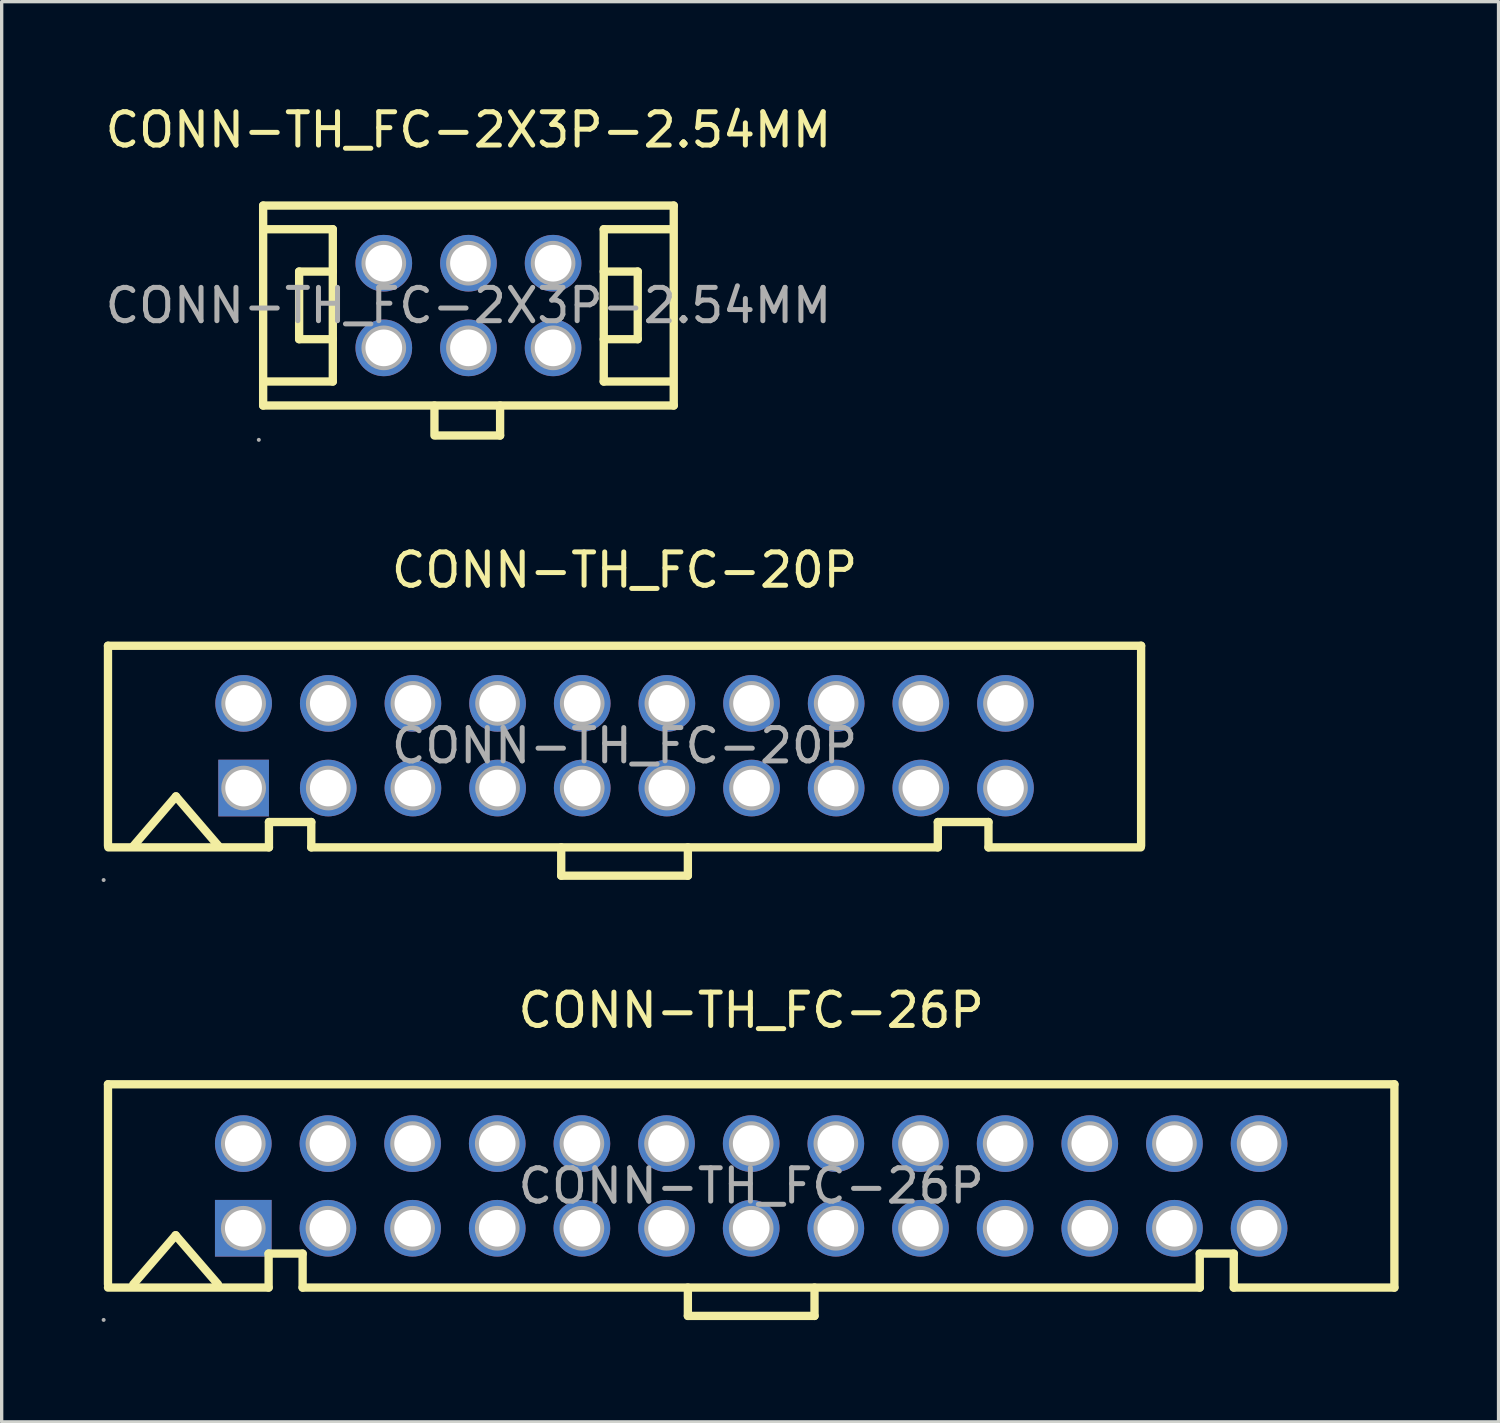
<source format=kicad_pcb>
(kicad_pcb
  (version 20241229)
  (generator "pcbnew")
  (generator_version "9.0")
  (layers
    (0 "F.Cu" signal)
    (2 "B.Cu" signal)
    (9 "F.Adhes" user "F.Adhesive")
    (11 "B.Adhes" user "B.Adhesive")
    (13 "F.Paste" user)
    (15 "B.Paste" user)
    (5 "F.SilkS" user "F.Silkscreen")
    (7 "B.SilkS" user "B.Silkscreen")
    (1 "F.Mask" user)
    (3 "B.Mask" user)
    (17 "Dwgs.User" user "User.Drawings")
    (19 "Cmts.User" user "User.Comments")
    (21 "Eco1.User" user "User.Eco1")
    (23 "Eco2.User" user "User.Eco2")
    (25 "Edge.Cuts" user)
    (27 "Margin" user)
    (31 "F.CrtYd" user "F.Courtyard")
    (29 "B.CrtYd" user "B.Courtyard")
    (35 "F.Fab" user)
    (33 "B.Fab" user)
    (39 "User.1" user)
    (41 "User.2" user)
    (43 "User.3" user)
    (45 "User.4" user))
  (footprint "CONN-TH_FC-26P"
    (layer "F.Cu")
    (at 19.49 32.535)
    (property "Reference" "CONN-TH_FC-26P" (at 0 -5.27 0) (layer "F.SilkS") (effects (font (size 1 1) (thickness 0.15))))
    (attr through_hole)
    (fp_line (start -19.3 -3.05) (end 19.3 -3.05) (stroke (width 0.25) (type solid)) (layer "F.SilkS"))
    (fp_line (start -19.3 2.95) (end -19.3 -3.05) (stroke (width 0.25) (type solid)) (layer "F.SilkS"))
    (fp_line (start -19.3 3.05) (end -14.48 3.05) (stroke (width 0.25) (type solid)) (layer "F.SilkS"))
    (fp_line (start -18.54 2.95) (end -17.27 1.48) (stroke (width 0.25) (type solid)) (layer "F.SilkS"))
    (fp_line (start -17.27 1.48) (end -16 2.95) (stroke (width 0.25) (type solid)) (layer "F.SilkS"))
    (fp_line (start -14.48 2.03) (end -13.46 2.03) (stroke (width 0.25) (type solid)) (layer "F.SilkS"))
    (fp_line (start -14.48 3.05) (end -14.48 2.03) (stroke (width 0.25) (type solid)) (layer "F.SilkS"))
    (fp_line (start -13.46 2.03) (end -13.46 3.05) (stroke (width 0.25) (type solid)) (layer "F.SilkS"))
    (fp_line (start -13.46 3.05) (end 13.46 3.05) (stroke (width 0.25) (type solid)) (layer "F.SilkS"))
    (fp_line (start -1.9 3.05) (end -1.9 3.9) (stroke (width 0.25) (type solid)) (layer "F.SilkS"))
    (fp_line (start -1.9 3.9) (end 1.9 3.9) (stroke (width 0.25) (type solid)) (layer "F.SilkS"))
    (fp_line (start 1.9 3.9) (end 1.9 3.05) (stroke (width 0.25) (type solid)) (layer "F.SilkS"))
    (fp_line (start 13.46 2.03) (end 14.48 2.03) (stroke (width 0.25) (type solid)) (layer "F.SilkS"))
    (fp_line (start 13.46 3.05) (end 13.46 2.03) (stroke (width 0.25) (type solid)) (layer "F.SilkS"))
    (fp_line (start 14.48 2.03) (end 14.48 3.05) (stroke (width 0.25) (type solid)) (layer "F.SilkS"))
    (fp_line (start 14.48 3.05) (end 19.3 3.05) (stroke (width 0.25) (type solid)) (layer "F.SilkS"))
    (fp_line (start 19.3 -3.05) (end 19.3 3.05) (stroke (width 0.25) (type solid)) (layer "F.SilkS"))
    (fp_circle (center -19.43 4.02) (end -19.4 4.02) (stroke (width 0.06) (type solid)) (fill no) (layer "F.Fab"))
    (fp_circle (center -15.24 -1.27) (end -15.02 -1.27) (stroke (width 0.45) (type solid)) (fill no) (layer "F.Fab"))
    (fp_circle (center -15.24 1.27) (end -15.02 1.27) (stroke (width 0.45) (type solid)) (fill no) (layer "F.Fab"))
    (fp_circle (center -12.7 -1.27) (end -12.48 -1.27) (stroke (width 0.45) (type solid)) (fill no) (layer "F.Fab"))
    (fp_circle (center -12.7 1.27) (end -12.48 1.27) (stroke (width 0.45) (type solid)) (fill no) (layer "F.Fab"))
    (fp_circle (center -10.16 -1.27) (end -9.94 -1.27) (stroke (width 0.45) (type solid)) (fill no) (layer "F.Fab"))
    (fp_circle (center -10.16 1.27) (end -9.94 1.27) (stroke (width 0.45) (type solid)) (fill no) (layer "F.Fab"))
    (fp_circle (center -7.62 -1.27) (end -7.4 -1.27) (stroke (width 0.45) (type solid)) (fill no) (layer "F.Fab"))
    (fp_circle (center -7.62 1.27) (end -7.4 1.27) (stroke (width 0.45) (type solid)) (fill no) (layer "F.Fab"))
    (fp_circle (center -5.08 -1.27) (end -4.86 -1.27) (stroke (width 0.45) (type solid)) (fill no) (layer "F.Fab"))
    (fp_circle (center -5.08 1.27) (end -4.86 1.27) (stroke (width 0.45) (type solid)) (fill no) (layer "F.Fab"))
    (fp_circle (center -2.54 -1.27) (end -2.32 -1.27) (stroke (width 0.45) (type solid)) (fill no) (layer "F.Fab"))
    (fp_circle (center -2.54 1.27) (end -2.32 1.27) (stroke (width 0.45) (type solid)) (fill no) (layer "F.Fab"))
    (fp_circle (center 0 -1.27) (end 0.22 -1.27) (stroke (width 0.45) (type solid)) (fill no) (layer "F.Fab"))
    (fp_circle (center 0 1.27) (end 0.22 1.27) (stroke (width 0.45) (type solid)) (fill no) (layer "F.Fab"))
    (fp_circle (center 2.54 -1.27) (end 2.76 -1.27) (stroke (width 0.45) (type solid)) (fill no) (layer "F.Fab"))
    (fp_circle (center 2.54 1.27) (end 2.76 1.27) (stroke (width 0.45) (type solid)) (fill no) (layer "F.Fab"))
    (fp_circle (center 5.08 -1.27) (end 5.3 -1.27) (stroke (width 0.45) (type solid)) (fill no) (layer "F.Fab"))
    (fp_circle (center 5.08 1.27) (end 5.3 1.27) (stroke (width 0.45) (type solid)) (fill no) (layer "F.Fab"))
    (fp_circle (center 7.62 -1.27) (end 7.84 -1.27) (stroke (width 0.45) (type solid)) (fill no) (layer "F.Fab"))
    (fp_circle (center 7.62 1.27) (end 7.84 1.27) (stroke (width 0.45) (type solid)) (fill no) (layer "F.Fab"))
    (fp_circle (center 10.16 -1.27) (end 10.38 -1.27) (stroke (width 0.45) (type solid)) (fill no) (layer "F.Fab"))
    (fp_circle (center 10.16 1.27) (end 10.38 1.27) (stroke (width 0.45) (type solid)) (fill no) (layer "F.Fab"))
    (fp_circle (center 12.7 -1.27) (end 12.92 -1.27) (stroke (width 0.45) (type solid)) (fill no) (layer "F.Fab"))
    (fp_circle (center 12.7 1.27) (end 12.92 1.27) (stroke (width 0.45) (type solid)) (fill no) (layer "F.Fab"))
    (fp_circle (center 15.24 -1.27) (end 15.46 -1.27) (stroke (width 0.45) (type solid)) (fill no) (layer "F.Fab"))
    (fp_circle (center 15.24 1.27) (end 15.46 1.27) (stroke (width 0.45) (type solid)) (fill no) (layer "F.Fab"))
    (fp_text user "${REFERENCE}" (at 0 0 0) (layer "F.Fab") (effects (font (size 1 1) (thickness 0.15))))
    (pad "1" thru_hole rect (at -15.24 1.27) (size 1.7 1.7) (drill 1.1) (layers "*.Cu" "*.Paste" "*.Mask"))
    (pad "2" thru_hole circle (at -15.24 -1.27) (size 1.7 1.7) (drill 1.1) (layers "*.Cu" "*.Paste" "*.Mask"))
    (pad "3" thru_hole circle (at -12.7 1.27) (size 1.7 1.7) (drill 1.1) (layers "*.Cu" "*.Paste" "*.Mask"))
    (pad "4" thru_hole circle (at -12.7 -1.27) (size 1.7 1.7) (drill 1.1) (layers "*.Cu" "*.Paste" "*.Mask"))
    (pad "5" thru_hole circle (at -10.16 1.27) (size 1.7 1.7) (drill 1.1) (layers "*.Cu" "*.Paste" "*.Mask"))
    (pad "6" thru_hole circle (at -10.16 -1.27) (size 1.7 1.7) (drill 1.1) (layers "*.Cu" "*.Paste" "*.Mask"))
    (pad "7" thru_hole circle (at -7.62 1.27) (size 1.7 1.7) (drill 1.1) (layers "*.Cu" "*.Paste" "*.Mask"))
    (pad "8" thru_hole circle (at -7.62 -1.27) (size 1.7 1.7) (drill 1.1) (layers "*.Cu" "*.Paste" "*.Mask"))
    (pad "9" thru_hole circle (at -5.08 1.27) (size 1.7 1.7) (drill 1.1) (layers "*.Cu" "*.Paste" "*.Mask"))
    (pad "10" thru_hole circle (at -5.08 -1.27) (size 1.7 1.7) (drill 1.1) (layers "*.Cu" "*.Paste" "*.Mask"))
    (pad "11" thru_hole circle (at -2.54 1.27) (size 1.7 1.7) (drill 1.1) (layers "*.Cu" "*.Paste" "*.Mask"))
    (pad "12" thru_hole circle (at -2.54 -1.27) (size 1.7 1.7) (drill 1.1) (layers "*.Cu" "*.Paste" "*.Mask"))
    (pad "13" thru_hole circle (at 0 1.27) (size 1.7 1.7) (drill 1.1) (layers "*.Cu" "*.Paste" "*.Mask"))
    (pad "14" thru_hole circle (at 0 -1.27) (size 1.7 1.7) (drill 1.1) (layers "*.Cu" "*.Paste" "*.Mask"))
    (pad "15" thru_hole circle (at 2.54 1.27) (size 1.7 1.7) (drill 1.1) (layers "*.Cu" "*.Paste" "*.Mask"))
    (pad "16" thru_hole circle (at 2.54 -1.27) (size 1.7 1.7) (drill 1.1) (layers "*.Cu" "*.Paste" "*.Mask"))
    (pad "17" thru_hole circle (at 5.08 1.27) (size 1.7 1.7) (drill 1.1) (layers "*.Cu" "*.Paste" "*.Mask"))
    (pad "18" thru_hole circle (at 5.08 -1.27) (size 1.7 1.7) (drill 1.1) (layers "*.Cu" "*.Paste" "*.Mask"))
    (pad "19" thru_hole circle (at 7.62 1.27) (size 1.7 1.7) (drill 1.1) (layers "*.Cu" "*.Paste" "*.Mask"))
    (pad "20" thru_hole circle (at 7.62 -1.27) (size 1.7 1.7) (drill 1.1) (layers "*.Cu" "*.Paste" "*.Mask"))
    (pad "21" thru_hole circle (at 10.16 1.27) (size 1.7 1.7) (drill 1.1) (layers "*.Cu" "*.Paste" "*.Mask"))
    (pad "22" thru_hole circle (at 10.16 -1.27) (size 1.7 1.7) (drill 1.1) (layers "*.Cu" "*.Paste" "*.Mask"))
    (pad "23" thru_hole circle (at 12.7 1.27) (size 1.7 1.7) (drill 1.1) (layers "*.Cu" "*.Paste" "*.Mask"))
    (pad "24" thru_hole circle (at 12.7 -1.27) (size 1.7 1.7) (drill 1.1) (layers "*.Cu" "*.Paste" "*.Mask"))
    (pad "25" thru_hole circle (at 15.24 1.27) (size 1.7 1.7) (drill 1.1) (layers "*.Cu" "*.Paste" "*.Mask"))
    (pad "26" thru_hole circle (at 15.24 -1.27) (size 1.7 1.7) (drill 1.1) (layers "*.Cu" "*.Paste" "*.Mask")))
  (footprint "CONN-TH_FC-20P"
    (layer "F.Cu")
    (at 15.69 19.326)
    (property "Reference" "CONN-TH_FC-20P" (at 0 -5.27 0) (layer "F.SilkS") (effects (font (size 1 1) (thickness 0.15))))
    (attr through_hole)
    (fp_line (start -15.5 -3) (end 15.5 -3) (stroke (width 0.25) (type solid)) (layer "F.SilkS"))
    (fp_line (start -15.5 3) (end -15.5 -3) (stroke (width 0.25) (type solid)) (layer "F.SilkS"))
    (fp_line (start -15.49 3.05) (end -10.67 3.05) (stroke (width 0.25) (type solid)) (layer "F.SilkS"))
    (fp_line (start -14.73 3) (end -13.46 1.52) (stroke (width 0.25) (type solid)) (layer "F.SilkS"))
    (fp_line (start -13.46 1.52) (end -12.19 3) (stroke (width 0.25) (type solid)) (layer "F.SilkS"))
    (fp_line (start -10.67 2.29) (end -9.4 2.29) (stroke (width 0.25) (type solid)) (layer "F.SilkS"))
    (fp_line (start -10.67 3.05) (end -10.67 2.29) (stroke (width 0.25) (type solid)) (layer "F.SilkS"))
    (fp_line (start -9.4 2.29) (end -9.4 3.05) (stroke (width 0.25) (type solid)) (layer "F.SilkS"))
    (fp_line (start -9.4 3.05) (end 9.4 3.05) (stroke (width 0.25) (type solid)) (layer "F.SilkS"))
    (fp_line (start -1.9 3.05) (end -1.9 3.9) (stroke (width 0.25) (type solid)) (layer "F.SilkS"))
    (fp_line (start -1.9 3.9) (end 1.9 3.9) (stroke (width 0.25) (type solid)) (layer "F.SilkS"))
    (fp_line (start 1.9 3.9) (end 1.9 3.05) (stroke (width 0.25) (type solid)) (layer "F.SilkS"))
    (fp_line (start 9.4 2.29) (end 10.92 2.29) (stroke (width 0.25) (type solid)) (layer "F.SilkS"))
    (fp_line (start 9.4 3.05) (end 9.4 2.29) (stroke (width 0.25) (type solid)) (layer "F.SilkS"))
    (fp_line (start 10.92 2.29) (end 10.92 3.05) (stroke (width 0.25) (type solid)) (layer "F.SilkS"))
    (fp_line (start 10.92 3.05) (end 15.49 3.05) (stroke (width 0.25) (type solid)) (layer "F.SilkS"))
    (fp_line (start 15.5 -3) (end 15.5 3) (stroke (width 0.25) (type solid)) (layer "F.SilkS"))
    (fp_circle (center -15.63 4.03) (end -15.6 4.03) (stroke (width 0.06) (type solid)) (fill no) (layer "F.Fab"))
    (fp_circle (center -11.43 -1.27) (end -11.21 -1.27) (stroke (width 0.45) (type solid)) (fill no) (layer "F.Fab"))
    (fp_circle (center -11.43 1.27) (end -11.21 1.27) (stroke (width 0.45) (type solid)) (fill no) (layer "F.Fab"))
    (fp_circle (center -8.89 -1.27) (end -8.67 -1.27) (stroke (width 0.45) (type solid)) (fill no) (layer "F.Fab"))
    (fp_circle (center -8.89 1.27) (end -8.67 1.27) (stroke (width 0.45) (type solid)) (fill no) (layer "F.Fab"))
    (fp_circle (center -6.35 -1.27) (end -6.13 -1.27) (stroke (width 0.45) (type solid)) (fill no) (layer "F.Fab"))
    (fp_circle (center -6.35 1.27) (end -6.13 1.27) (stroke (width 0.45) (type solid)) (fill no) (layer "F.Fab"))
    (fp_circle (center -3.81 -1.27) (end -3.59 -1.27) (stroke (width 0.45) (type solid)) (fill no) (layer "F.Fab"))
    (fp_circle (center -3.81 1.27) (end -3.59 1.27) (stroke (width 0.45) (type solid)) (fill no) (layer "F.Fab"))
    (fp_circle (center -1.27 -1.27) (end -1.05 -1.27) (stroke (width 0.45) (type solid)) (fill no) (layer "F.Fab"))
    (fp_circle (center -1.27 1.27) (end -1.05 1.27) (stroke (width 0.45) (type solid)) (fill no) (layer "F.Fab"))
    (fp_circle (center 1.27 -1.27) (end 1.49 -1.27) (stroke (width 0.45) (type solid)) (fill no) (layer "F.Fab"))
    (fp_circle (center 1.27 1.27) (end 1.49 1.27) (stroke (width 0.45) (type solid)) (fill no) (layer "F.Fab"))
    (fp_circle (center 3.81 -1.27) (end 4.03 -1.27) (stroke (width 0.45) (type solid)) (fill no) (layer "F.Fab"))
    (fp_circle (center 3.81 1.27) (end 4.03 1.27) (stroke (width 0.45) (type solid)) (fill no) (layer "F.Fab"))
    (fp_circle (center 6.35 -1.27) (end 6.57 -1.27) (stroke (width 0.45) (type solid)) (fill no) (layer "F.Fab"))
    (fp_circle (center 6.35 1.27) (end 6.57 1.27) (stroke (width 0.45) (type solid)) (fill no) (layer "F.Fab"))
    (fp_circle (center 8.89 -1.27) (end 9.11 -1.27) (stroke (width 0.45) (type solid)) (fill no) (layer "F.Fab"))
    (fp_circle (center 8.89 1.27) (end 9.11 1.27) (stroke (width 0.45) (type solid)) (fill no) (layer "F.Fab"))
    (fp_circle (center 11.43 -1.27) (end 11.65 -1.27) (stroke (width 0.45) (type solid)) (fill no) (layer "F.Fab"))
    (fp_circle (center 11.43 1.27) (end 11.65 1.27) (stroke (width 0.45) (type solid)) (fill no) (layer "F.Fab"))
    (fp_text user "${REFERENCE}" (at 0 0 0) (layer "F.Fab") (effects (font (size 1 1) (thickness 0.15))))
    (pad "1" thru_hole rect (at -11.43 1.27) (size 1.52 1.7) (drill 1.1) (layers "*.Cu" "*.Paste" "*.Mask"))
    (pad "2" thru_hole circle (at -11.43 -1.27) (size 1.7 1.7) (drill 1.1) (layers "*.Cu" "*.Paste" "*.Mask"))
    (pad "3" thru_hole circle (at -8.89 1.27) (size 1.7 1.7) (drill 1.1) (layers "*.Cu" "*.Paste" "*.Mask"))
    (pad "4" thru_hole circle (at -8.89 -1.27) (size 1.7 1.7) (drill 1.1) (layers "*.Cu" "*.Paste" "*.Mask"))
    (pad "5" thru_hole circle (at -6.35 1.27) (size 1.7 1.7) (drill 1.1) (layers "*.Cu" "*.Paste" "*.Mask"))
    (pad "6" thru_hole circle (at -6.35 -1.27) (size 1.7 1.7) (drill 1.1) (layers "*.Cu" "*.Paste" "*.Mask"))
    (pad "7" thru_hole circle (at -3.81 1.27) (size 1.7 1.7) (drill 1.1) (layers "*.Cu" "*.Paste" "*.Mask"))
    (pad "8" thru_hole circle (at -3.81 -1.27) (size 1.7 1.7) (drill 1.1) (layers "*.Cu" "*.Paste" "*.Mask"))
    (pad "9" thru_hole circle (at -1.27 1.27) (size 1.7 1.7) (drill 1.1) (layers "*.Cu" "*.Paste" "*.Mask"))
    (pad "10" thru_hole circle (at -1.27 -1.27) (size 1.7 1.7) (drill 1.1) (layers "*.Cu" "*.Paste" "*.Mask"))
    (pad "11" thru_hole circle (at 1.27 1.27) (size 1.7 1.7) (drill 1.1) (layers "*.Cu" "*.Paste" "*.Mask"))
    (pad "12" thru_hole circle (at 1.27 -1.27) (size 1.7 1.7) (drill 1.1) (layers "*.Cu" "*.Paste" "*.Mask"))
    (pad "13" thru_hole circle (at 3.81 1.27) (size 1.7 1.7) (drill 1.1) (layers "*.Cu" "*.Paste" "*.Mask"))
    (pad "14" thru_hole circle (at 3.81 -1.27) (size 1.7 1.7) (drill 1.1) (layers "*.Cu" "*.Paste" "*.Mask"))
    (pad "15" thru_hole circle (at 6.35 1.27) (size 1.7 1.7) (drill 1.1) (layers "*.Cu" "*.Paste" "*.Mask"))
    (pad "16" thru_hole circle (at 6.35 -1.27) (size 1.7 1.7) (drill 1.1) (layers "*.Cu" "*.Paste" "*.Mask"))
    (pad "17" thru_hole circle (at 8.89 1.27) (size 1.7 1.7) (drill 1.1) (layers "*.Cu" "*.Paste" "*.Mask"))
    (pad "18" thru_hole circle (at 8.89 -1.27) (size 1.7 1.7) (drill 1.1) (layers "*.Cu" "*.Paste" "*.Mask"))
    (pad "19" thru_hole circle (at 11.43 1.27) (size 1.7 1.7) (drill 1.1) (layers "*.Cu" "*.Paste" "*.Mask"))
    (pad "20" thru_hole circle (at 11.43 -1.27) (size 1.7 1.7) (drill 1.1) (layers "*.Cu" "*.Paste" "*.Mask")))
  (footprint "CONN-TH_FC-2X3P-2.54MM"
    (layer "F.Cu")
    (at 11.006 6.118)
    (property "Reference" "CONN-TH_FC-2X3P-2.54MM" (at 0 -5.27 0) (layer "F.SilkS") (effects (font (size 1 1) (thickness 0.15))))
    (attr through_hole)
    (fp_line (start -6.16 -3) (end -6.16 3) (stroke (width 0.25) (type solid)) (layer "F.SilkS"))
    (fp_line (start -6.16 -3) (end 6.16 -3) (stroke (width 0.25) (type solid)) (layer "F.SilkS"))
    (fp_line (start -6.16 3) (end 6.16 3) (stroke (width 0.25) (type solid)) (layer "F.SilkS"))
    (fp_line (start -6.1 -2.29) (end -4.07 -2.29) (stroke (width 0.25) (type solid)) (layer "F.SilkS"))
    (fp_line (start -5.08 -1.02) (end -5.08 1.01) (stroke (width 0.25) (type solid)) (layer "F.SilkS"))
    (fp_line (start -5.08 1.01) (end -4.07 1.01) (stroke (width 0.25) (type solid)) (layer "F.SilkS"))
    (fp_line (start -4.07 -2.29) (end -4.07 2.28) (stroke (width 0.25) (type solid)) (layer "F.SilkS"))
    (fp_line (start -4.07 -1.02) (end -5.08 -1.02) (stroke (width 0.25) (type solid)) (layer "F.SilkS"))
    (fp_line (start -4.07 2.28) (end -6.1 2.28) (stroke (width 0.25) (type solid)) (layer "F.SilkS"))
    (fp_line (start -1.02 3) (end -1.02 3.9) (stroke (width 0.25) (type solid)) (layer "F.SilkS"))
    (fp_line (start -0.95 3.9) (end 0.95 3.9) (stroke (width 0.25) (type solid)) (layer "F.SilkS"))
    (fp_line (start 0.95 3) (end 0.95 3.9) (stroke (width 0.25) (type solid)) (layer "F.SilkS"))
    (fp_line (start 4.06 -2.29) (end 4.06 2.28) (stroke (width 0.25) (type solid)) (layer "F.SilkS"))
    (fp_line (start 4.06 -1.02) (end 5.08 -1.02) (stroke (width 0.25) (type solid)) (layer "F.SilkS"))
    (fp_line (start 4.06 2.28) (end 6.09 2.28) (stroke (width 0.25) (type solid)) (layer "F.SilkS"))
    (fp_line (start 5.08 -1.02) (end 5.08 1.01) (stroke (width 0.25) (type solid)) (layer "F.SilkS"))
    (fp_line (start 5.08 1.01) (end 4.06 1.01) (stroke (width 0.25) (type solid)) (layer "F.SilkS"))
    (fp_line (start 6.09 -2.29) (end 4.06 -2.29) (stroke (width 0.25) (type solid)) (layer "F.SilkS"))
    (fp_line (start 6.16 -3) (end 6.16 3) (stroke (width 0.25) (type solid)) (layer "F.SilkS"))
    (fp_circle (center -6.29 4.03) (end -6.26 4.03) (stroke (width 0.06) (type solid)) (fill no) (layer "F.Fab"))
    (fp_circle (center -2.54 -1.27) (end -2.32 -1.27) (stroke (width 0.45) (type solid)) (fill no) (layer "F.Fab"))
    (fp_circle (center -2.54 1.27) (end -2.32 1.27) (stroke (width 0.45) (type solid)) (fill no) (layer "F.Fab"))
    (fp_circle (center 0 -1.27) (end 0.22 -1.27) (stroke (width 0.45) (type solid)) (fill no) (layer "F.Fab"))
    (fp_circle (center 0 1.27) (end 0.22 1.27) (stroke (width 0.45) (type solid)) (fill no) (layer "F.Fab"))
    (fp_circle (center 2.54 -1.27) (end 2.76 -1.27) (stroke (width 0.45) (type solid)) (fill no) (layer "F.Fab"))
    (fp_circle (center 2.54 1.27) (end 2.76 1.27) (stroke (width 0.45) (type solid)) (fill no) (layer "F.Fab"))
    (fp_text user "${REFERENCE}" (at 0 0 0) (layer "F.Fab") (effects (font (size 1 1) (thickness 0.15))))
    (pad "1" thru_hole circle (at -2.54 1.27) (size 1.7 1.7) (drill 1.1) (layers "*.Cu" "*.Paste" "*.Mask"))
    (pad "2" thru_hole circle (at -2.54 -1.27) (size 1.7 1.7) (drill 1.1) (layers "*.Cu" "*.Paste" "*.Mask"))
    (pad "3" thru_hole circle (at 0 1.27) (size 1.7 1.7) (drill 1.1) (layers "*.Cu" "*.Paste" "*.Mask"))
    (pad "4" thru_hole circle (at 0 -1.27) (size 1.7 1.7) (drill 1.1) (layers "*.Cu" "*.Paste" "*.Mask"))
    (pad "5" thru_hole circle (at 2.54 1.27) (size 1.7 1.7) (drill 1.1) (layers "*.Cu" "*.Paste" "*.Mask"))
    (pad "6" thru_hole circle (at 2.54 -1.27) (size 1.7 1.7) (drill 1.1) (layers "*.Cu" "*.Paste" "*.Mask")))
  (gr_rect
    (start -3 -3)
    (end 41.915 39.615)
    (stroke (width 0.1) (type default))
    (fill no)
    (layer "Edge.Cuts")))
</source>
